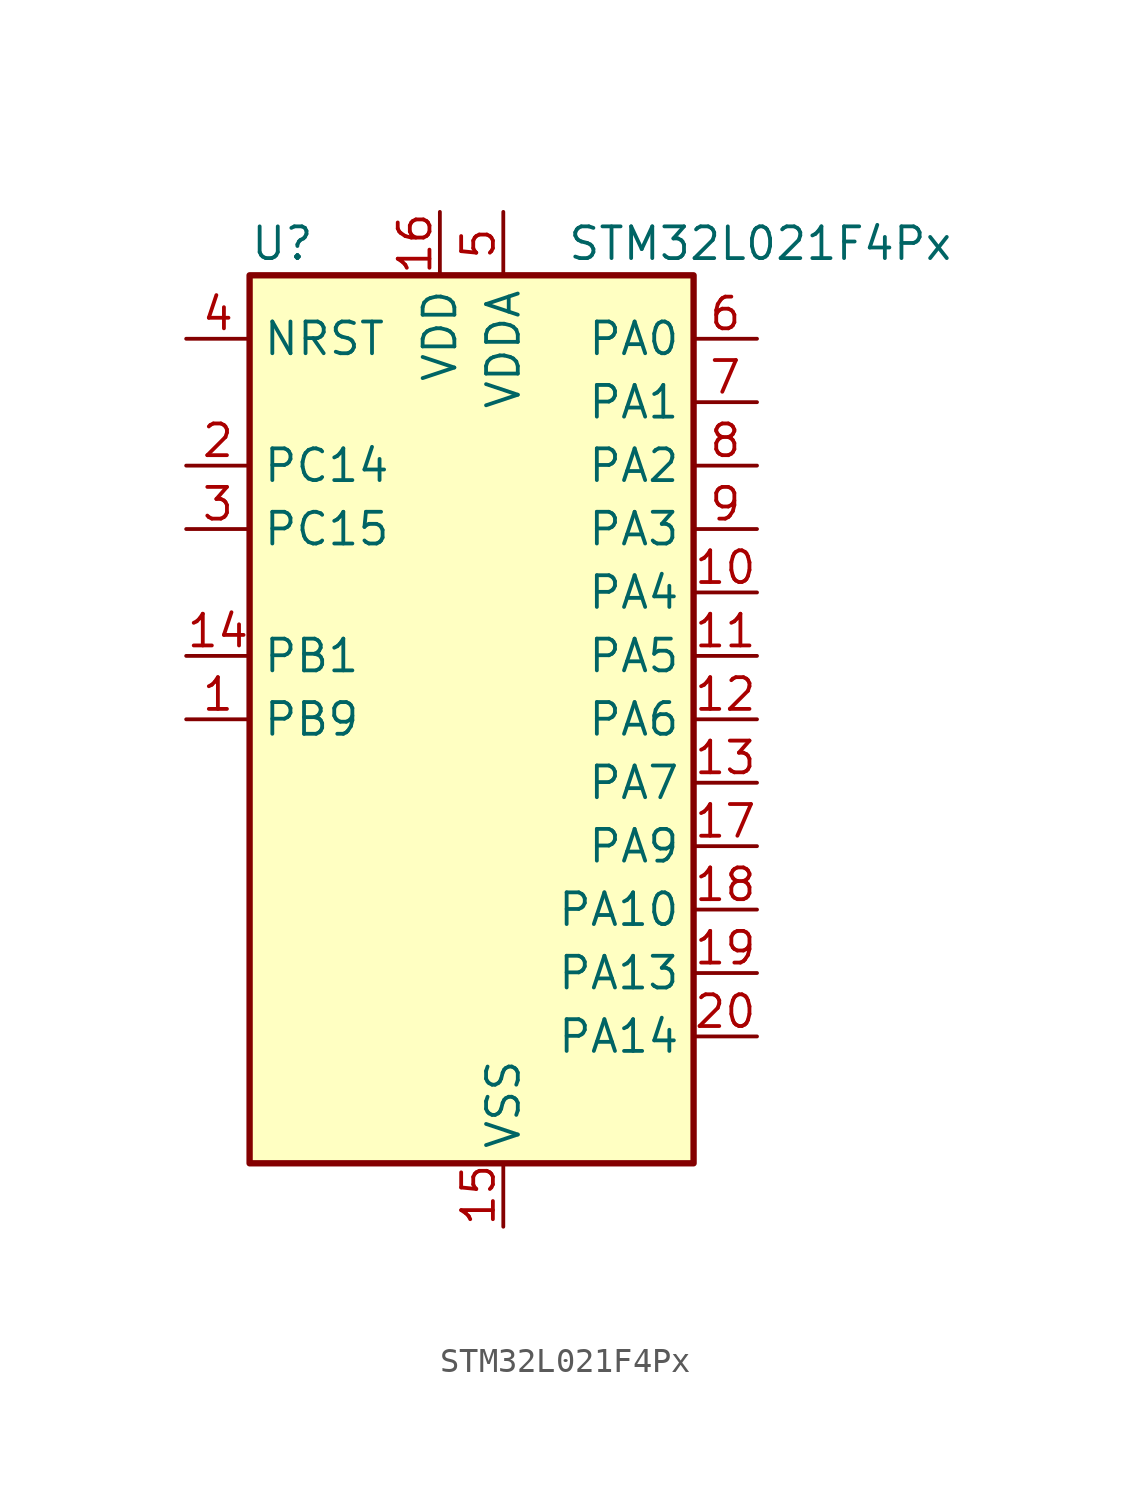
<source format=kicad_sym>
(kicad_symbol_lib
  (version 20220914)
  (generator kicad_symbol_editor)
  (symbol "STM32L021F4Px"
    (property "Reference" "U"
      (at -7.62 19.05 0)
      (effects (font (size 1.27 1.27)) (justify left)))
    (property "Value" "STM32L021F4Px"
      (at 5.08 19.05 0)
      (effects (font (size 1.27 1.27)) (justify left)))
    (property "ki_locked" ""
      (at 0 0 0)
      (effects (font (size 1.27 1.27))))
    (symbol "STM32L021F4Px_0_1"
      (rectangle (start -7.62 -17.78) (end 10.16 17.78) (stroke (width 0.254) (type default)) (fill (type background))))
    (symbol "STM32L021F4Px_1_1"
      (pin bidirectional line (at -10.16 0 0) (length 2.54) (name "PB9" (effects (font (size 1.27 1.27)))) (number "1" (effects (font (size 1.27 1.27)))))
      (pin bidirectional line (at 12.7 5.08 180) (length 2.54) (name "PA4" (effects (font (size 1.27 1.27)))) (number "10" (effects (font (size 1.27 1.27)))) (alternate "ADC_IN4" bidirectional line) (alternate "COMP1_INM" bidirectional line) (alternate "COMP2_INM" bidirectional line) (alternate "COMP2_OUT" bidirectional line) (alternate "I2C1_SCL" bidirectional line) (alternate "LPTIM1_ETR" bidirectional line) (alternate "LPTIM1_IN1" bidirectional line) (alternate "LPUART1_TX" bidirectional line) (alternate "SPI1_NSS" bidirectional line) (alternate "TIM2_ETR" bidirectional line) (alternate "USART2_CK" bidirectional line))
      (pin bidirectional line (at 12.7 2.54 180) (length 2.54) (name "PA5" (effects (font (size 1.27 1.27)))) (number "11" (effects (font (size 1.27 1.27)))) (alternate "ADC_IN5" bidirectional line) (alternate "COMP1_INM" bidirectional line) (alternate "COMP2_INM" bidirectional line) (alternate "LPTIM1_IN2" bidirectional line) (alternate "SPI1_SCK" bidirectional line) (alternate "TIM2_CH1" bidirectional line) (alternate "TIM2_ETR" bidirectional line))
      (pin bidirectional line (at 12.7 0 180) (length 2.54) (name "PA6" (effects (font (size 1.27 1.27)))) (number "12" (effects (font (size 1.27 1.27)))) (alternate "ADC_IN6" bidirectional line) (alternate "COMP1_OUT" bidirectional line) (alternate "LPTIM1_ETR" bidirectional line) (alternate "LPUART1_CTS" bidirectional line) (alternate "SPI1_MISO" bidirectional line))
      (pin bidirectional line (at 12.7 -2.54 180) (length 2.54) (name "PA7" (effects (font (size 1.27 1.27)))) (number "13" (effects (font (size 1.27 1.27)))) (alternate "ADC_IN7" bidirectional line) (alternate "COMP2_INP" bidirectional line) (alternate "COMP2_OUT" bidirectional line) (alternate "LPTIM1_OUT" bidirectional line) (alternate "SPI1_MOSI" bidirectional line) (alternate "TIM21_ETR" bidirectional line) (alternate "USART2_CTS" bidirectional line))
      (pin bidirectional line (at -10.16 2.54 0) (length 2.54) (name "PB1" (effects (font (size 1.27 1.27)))) (number "14" (effects (font (size 1.27 1.27)))) (alternate "ADC_IN9" bidirectional line) (alternate "LPTIM1_IN1" bidirectional line) (alternate "LPUART1_DE" bidirectional line) (alternate "LPUART1_RTS" bidirectional line) (alternate "SPI1_MOSI" bidirectional line) (alternate "SYS_VREF_OUT_PB1" bidirectional line) (alternate "TIM2_CH4" bidirectional line) (alternate "USART2_CK" bidirectional line))
      (pin power_in line (at 2.54 -20.32 90) (length 2.54) (name "VSS" (effects (font (size 1.27 1.27)))) (number "15" (effects (font (size 1.27 1.27)))))
      (pin power_in line (at 0 20.32 270) (length 2.54) (name "VDD" (effects (font (size 1.27 1.27)))) (number "16" (effects (font (size 1.27 1.27)))))
      (pin bidirectional line (at 12.7 -5.08 180) (length 2.54) (name "PA9" (effects (font (size 1.27 1.27)))) (number "17" (effects (font (size 1.27 1.27)))) (alternate "COMP1_OUT" bidirectional line) (alternate "I2C1_SCL" bidirectional line) (alternate "LPTIM1_OUT" bidirectional line) (alternate "RCC_MCO" bidirectional line) (alternate "TIM21_CH2" bidirectional line) (alternate "USART2_TX" bidirectional line))
      (pin bidirectional line (at 12.7 -7.62 180) (length 2.54) (name "PA10" (effects (font (size 1.27 1.27)))) (number "18" (effects (font (size 1.27 1.27)))) (alternate "COMP1_OUT" bidirectional line) (alternate "I2C1_SDA" bidirectional line) (alternate "RTC_REFIN" bidirectional line) (alternate "TIM21_CH1" bidirectional line) (alternate "TIM2_CH3" bidirectional line) (alternate "USART2_RX" bidirectional line))
      (pin bidirectional line (at 12.7 -10.16 180) (length 2.54) (name "PA13" (effects (font (size 1.27 1.27)))) (number "19" (effects (font (size 1.27 1.27)))) (alternate "COMP1_OUT" bidirectional line) (alternate "I2C1_SDA" bidirectional line) (alternate "LPTIM1_ETR" bidirectional line) (alternate "LPUART1_RX" bidirectional line) (alternate "SPI1_SCK" bidirectional line) (alternate "SYS_SWDIO" bidirectional line))
      (pin bidirectional line (at -10.16 10.16 0) (length 2.54) (name "PC14" (effects (font (size 1.27 1.27)))) (number "2" (effects (font (size 1.27 1.27)))) (alternate "RCC_OSC32_IN" bidirectional line))
      (pin bidirectional line (at 12.7 -12.7 180) (length 2.54) (name "PA14" (effects (font (size 1.27 1.27)))) (number "20" (effects (font (size 1.27 1.27)))) (alternate "COMP2_OUT" bidirectional line) (alternate "I2C1_SMBA" bidirectional line) (alternate "LPTIM1_OUT" bidirectional line) (alternate "LPUART1_TX" bidirectional line) (alternate "SPI1_MISO" bidirectional line) (alternate "SYS_SWCLK" bidirectional line) (alternate "USART2_TX" bidirectional line))
      (pin bidirectional line (at -10.16 7.62 0) (length 2.54) (name "PC15" (effects (font (size 1.27 1.27)))) (number "3" (effects (font (size 1.27 1.27)))) (alternate "RCC_OSC32_OUT" bidirectional line))
      (pin input line (at -10.16 15.24 0) (length 2.54) (name "NRST" (effects (font (size 1.27 1.27)))) (number "4" (effects (font (size 1.27 1.27)))))
      (pin power_in line (at 2.54 20.32 270) (length 2.54) (name "VDDA" (effects (font (size 1.27 1.27)))) (number "5" (effects (font (size 1.27 1.27)))))
      (pin bidirectional line (at 12.7 15.24 180) (length 2.54) (name "PA0" (effects (font (size 1.27 1.27)))) (number "6" (effects (font (size 1.27 1.27)))) (alternate "ADC_IN0" bidirectional line) (alternate "COMP1_INM" bidirectional line) (alternate "COMP1_OUT" bidirectional line) (alternate "LPTIM1_IN1" bidirectional line) (alternate "LPUART1_RX" bidirectional line) (alternate "RCC_CK_IN" bidirectional line) (alternate "RTC_TAMP2" bidirectional line) (alternate "SYS_WKUP1" bidirectional line) (alternate "TIM2_CH1" bidirectional line) (alternate "TIM2_ETR" bidirectional line) (alternate "USART2_CTS" bidirectional line) (alternate "USART2_RX" bidirectional line))
      (pin bidirectional line (at 12.7 12.7 180) (length 2.54) (name "PA1" (effects (font (size 1.27 1.27)))) (number "7" (effects (font (size 1.27 1.27)))) (alternate "ADC_IN1" bidirectional line) (alternate "COMP1_INP" bidirectional line) (alternate "I2C1_SMBA" bidirectional line) (alternate "LPTIM1_IN2" bidirectional line) (alternate "LPUART1_TX" bidirectional line) (alternate "TIM21_ETR" bidirectional line) (alternate "TIM2_CH2" bidirectional line) (alternate "USART2_DE" bidirectional line) (alternate "USART2_RTS" bidirectional line))
      (pin bidirectional line (at 12.7 10.16 180) (length 2.54) (name "PA2" (effects (font (size 1.27 1.27)))) (number "8" (effects (font (size 1.27 1.27)))) (alternate "ADC_IN2" bidirectional line) (alternate "COMP2_INM" bidirectional line) (alternate "COMP2_OUT" bidirectional line) (alternate "LPUART1_TX" bidirectional line) (alternate "RTC_OUT_ALARM" bidirectional line) (alternate "RTC_OUT_CALIB" bidirectional line) (alternate "RTC_TAMP3" bidirectional line) (alternate "RTC_TS" bidirectional line) (alternate "SYS_WKUP3" bidirectional line) (alternate "TIM21_CH1" bidirectional line) (alternate "TIM2_CH3" bidirectional line) (alternate "USART2_TX" bidirectional line))
      (pin bidirectional line (at 12.7 7.62 180) (length 2.54) (name "PA3" (effects (font (size 1.27 1.27)))) (number "9" (effects (font (size 1.27 1.27)))) (alternate "ADC_IN3" bidirectional line) (alternate "COMP2_INP" bidirectional line) (alternate "LPUART1_RX" bidirectional line) (alternate "TIM21_CH2" bidirectional line) (alternate "TIM2_CH4" bidirectional line) (alternate "USART2_RX" bidirectional line)))))
</source>
